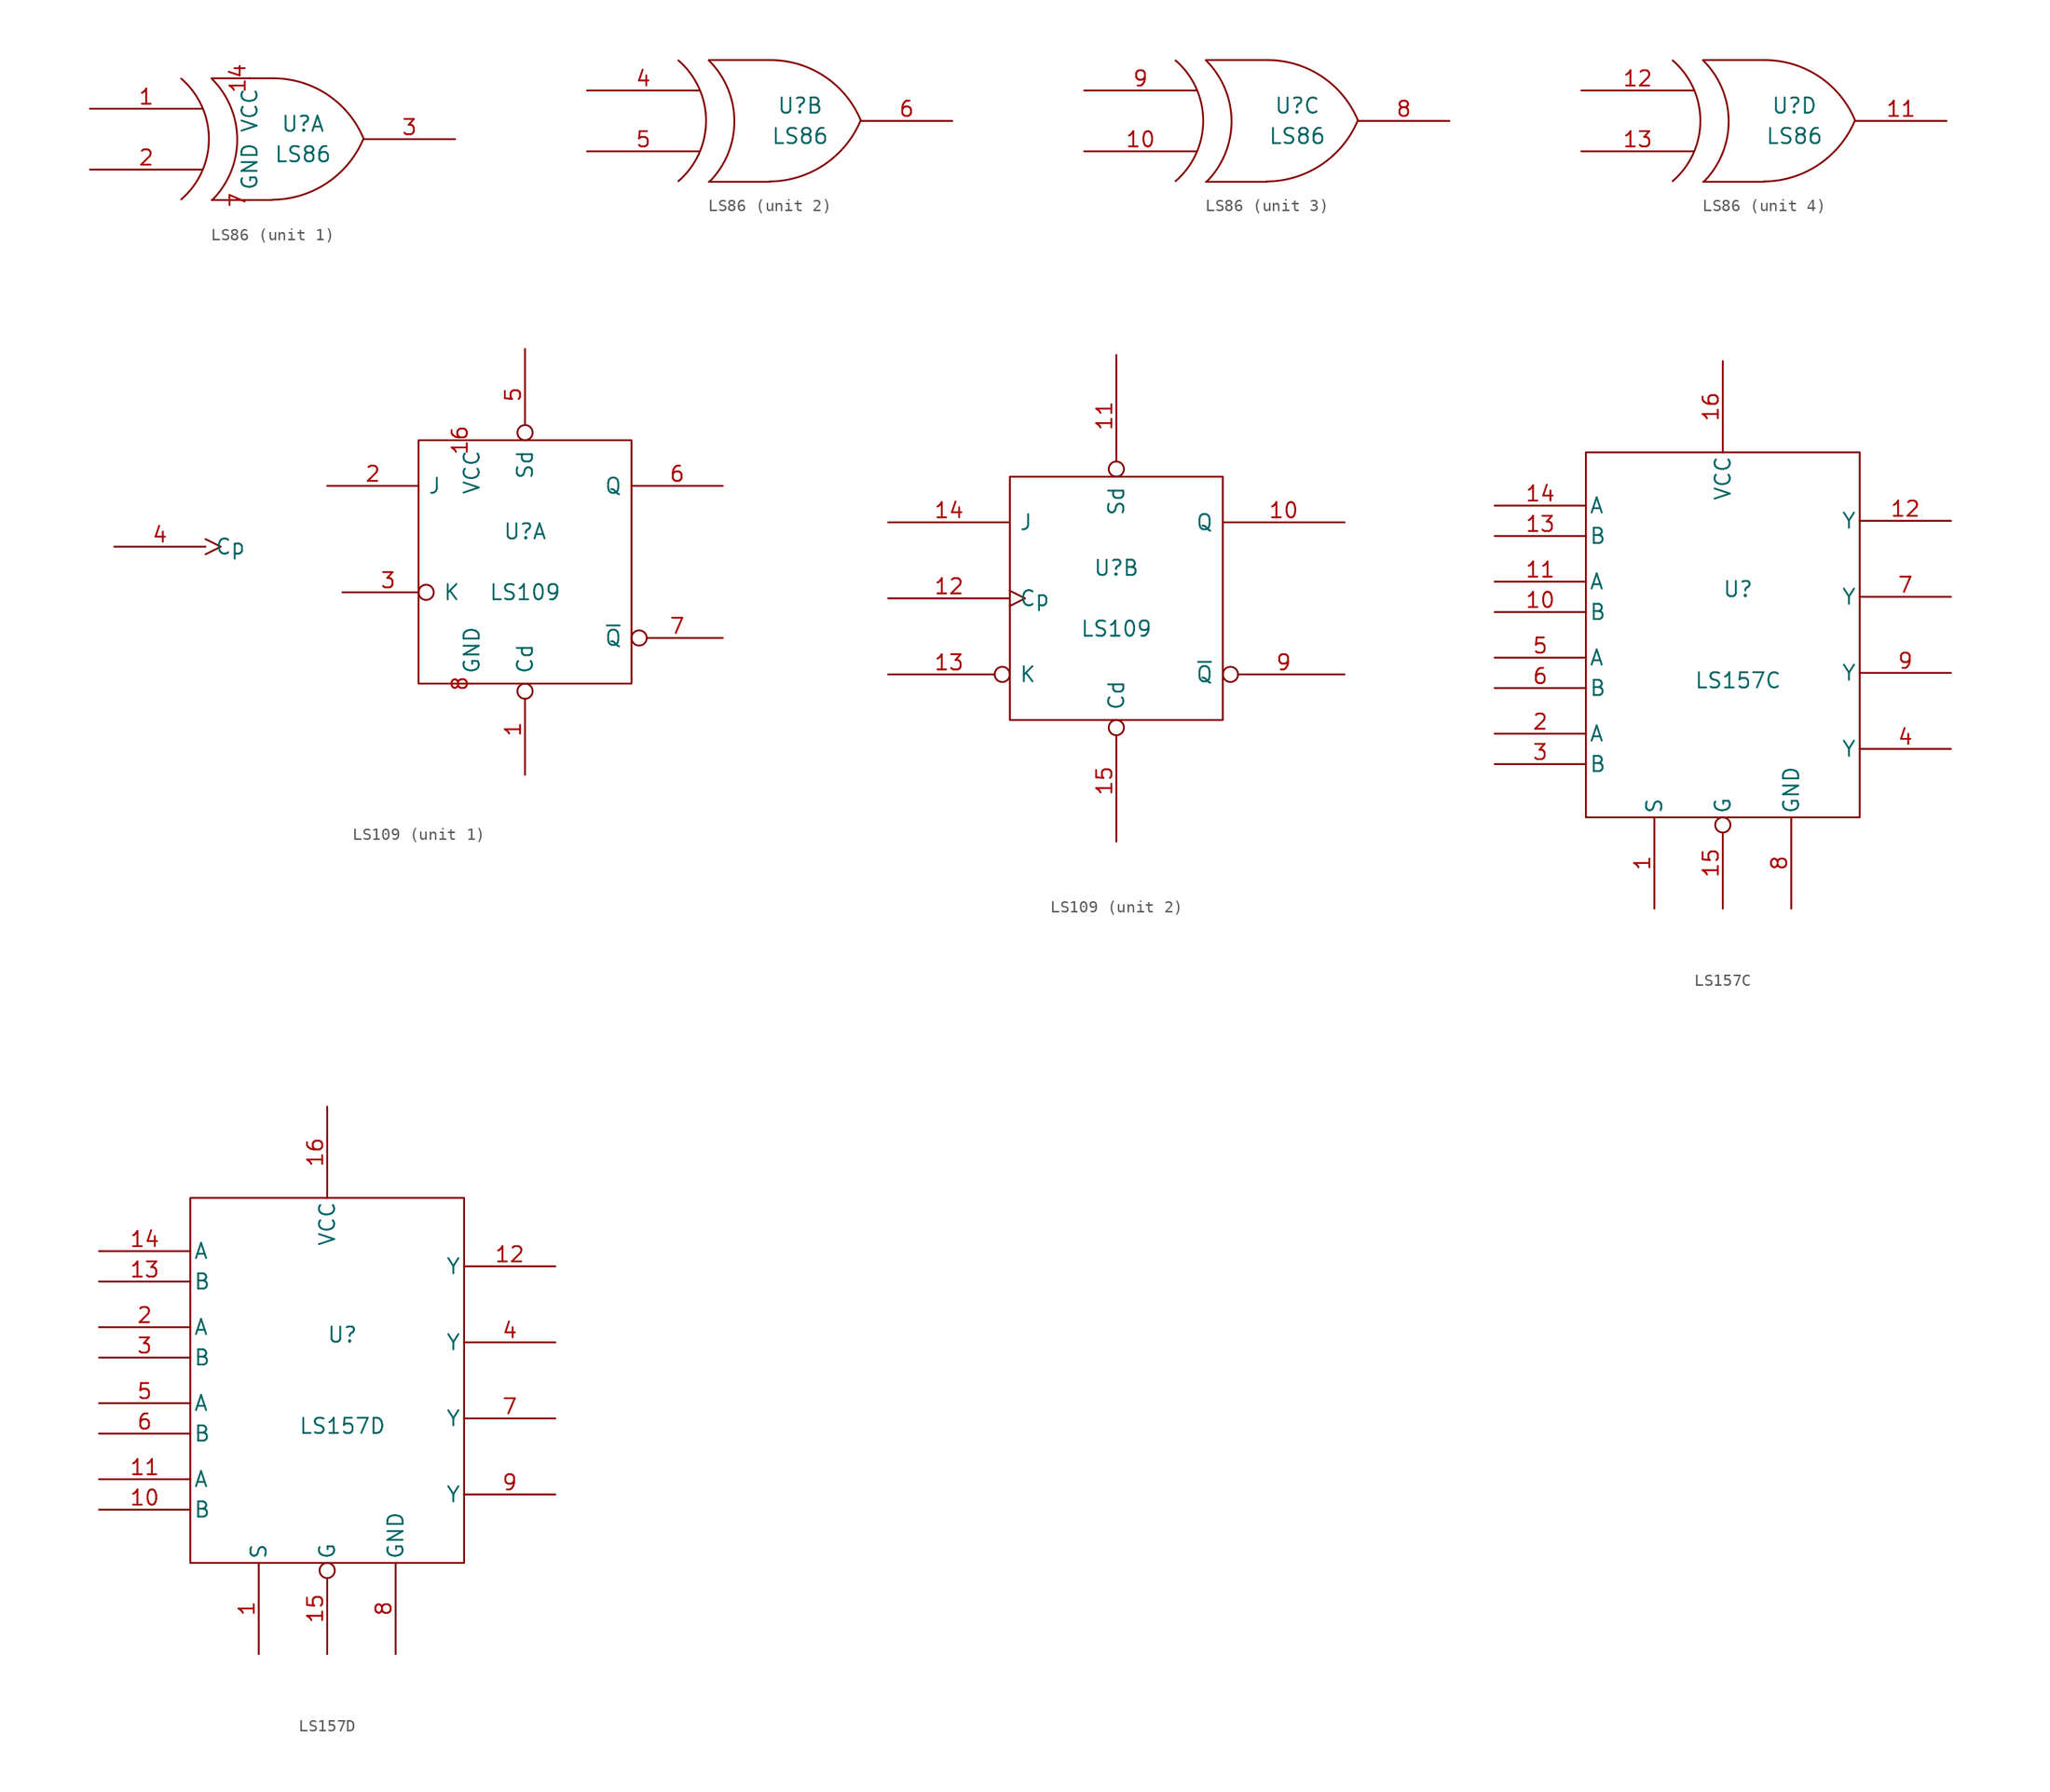
<source format=kicad_sym>
(kicad_symbol_lib
  (version 20211014)
  (generator kicad_symbol_editor)
  (symbol "LS86"
    (pin_names
      (offset 0.762))
    (property "Reference" "U"
      (at 2.54 1.27 0)
      (effects (font (size 1.27 1.27))))
    (property "Value" "LS86"
      (at 2.54 -1.27 0)
      (effects (font (size 1.27 1.27))))
    (symbol "LS86_0_1"
      (arc (start -7.62 -5.0292) (mid -5.3094 0.0127) (end -7.62 5.0546) (stroke (width 0) (type default) (color 0 0 0 0)) (fill (type none)))
      (arc (start -5.0292 -5.08) (mid -2.9462 -0.0021) (end -5.08 5.0546) (stroke (width 0) (type default) (color 0 0 0 0)) (fill (type none)))
      (arc (start 0 -5.0546) (mid 4.5649 -3.6437) (end 7.5946 0.0508) (stroke (width 0) (type default) (color 0 0 0 0)) (fill (type none)))
      (polyline (pts (xy -5.08 -5.08) (xy 0 -5.08)) (stroke (width 0) (type default) (color 0 0 0 0)) (fill (type none)))
      (polyline (pts (xy -5.08 5.08) (xy 0 5.08)) (stroke (width 0) (type default) (color 0 0 0 0)) (fill (type none)))
      (arc (start 7.62 0) (mid 4.6112 3.6959) (end 0.0508 5.08) (stroke (width 0) (type default) (color 0 0 0 0)) (fill (type none))))
    (symbol "LS86_1_1"
      (pin input line (at -15.24 2.54 0) (length 9.398) (name "~" (effects (font (size 1.27 1.27)))) (number "1" (effects (font (size 1.27 1.27)))))
      (pin power_in line (at -1.905 5.08 270) (length 0) (name "VCC" (effects (font (size 1.27 1.27)))) (number "14" (effects (font (size 1.27 1.27)))))
      (pin input line (at -15.24 -2.54 0) (length 9.398) (name "~" (effects (font (size 1.27 1.27)))) (number "2" (effects (font (size 1.27 1.27)))))
      (pin output line (at 15.24 0 180) (length 7.62) (name "~" (effects (font (size 1.27 1.27)))) (number "3" (effects (font (size 1.27 1.27)))))
      (pin power_in line (at -1.905 -5.08 90) (length 0) (name "GND" (effects (font (size 1.27 1.27)))) (number "7" (effects (font (size 1.27 1.27))))))
    (symbol "LS86_2_1"
      (pin input line (at -15.24 2.54 0) (length 9.398) (name "~" (effects (font (size 1.27 1.27)))) (number "4" (effects (font (size 1.27 1.27)))))
      (pin input line (at -15.24 -2.54 0) (length 9.398) (name "~" (effects (font (size 1.27 1.27)))) (number "5" (effects (font (size 1.27 1.27)))))
      (pin output line (at 15.24 0 180) (length 7.62) (name "~" (effects (font (size 1.27 1.27)))) (number "6" (effects (font (size 1.27 1.27))))))
    (symbol "LS86_3_1"
      (pin input line (at -15.24 -2.54 0) (length 9.398) (name "~" (effects (font (size 1.27 1.27)))) (number "10" (effects (font (size 1.27 1.27)))))
      (pin output line (at 15.24 0 180) (length 7.62) (name "~" (effects (font (size 1.27 1.27)))) (number "8" (effects (font (size 1.27 1.27)))))
      (pin input line (at -15.24 2.54 0) (length 9.398) (name "~" (effects (font (size 1.27 1.27)))) (number "9" (effects (font (size 1.27 1.27))))))
    (symbol "LS86_4_1"
      (pin output line (at 15.24 0 180) (length 7.62) (name "~" (effects (font (size 1.27 1.27)))) (number "11" (effects (font (size 1.27 1.27)))))
      (pin input line (at -15.24 2.54 0) (length 9.398) (name "~" (effects (font (size 1.27 1.27)))) (number "12" (effects (font (size 1.27 1.27)))))
      (pin input line (at -15.24 -2.54 0) (length 9.398) (name "~" (effects (font (size 1.27 1.27)))) (number "13" (effects (font (size 1.27 1.27)))))))
  (symbol "LS109"
    (pin_names
      (offset 0.762))
    (property "Reference" "U"
      (at 0 2.54 0)
      (effects (font (size 1.27 1.27))))
    (property "Value" "LS109"
      (at 0 -2.54 0)
      (effects (font (size 1.27 1.27))))
    (symbol "LS109_0_0"
      (rectangle (start -8.89 -10.16) (end 8.89 10.16) (stroke (width 0) (type default) (color 0 0 0 0)) (fill (type none))))
    (symbol "LS109_1_0"
      (pin power_in line (at -4.445 10.16 270) (length 0) (name "VCC" (effects (font (size 1.27 1.27)))) (number "16" (effects (font (size 1.27 1.27)))))
      (pin power_in line (at -4.445 -10.16 90) (length 0) (name "GND" (effects (font (size 1.27 1.27)))) (number "8" (effects (font (size 1.27 1.27))))))
    (symbol "LS109_1_1"
      (pin input inverted (at 0 -17.78 90) (length 7.62) (name "Cd" (effects (font (size 1.27 1.27)))) (number "1" (effects (font (size 1.27 1.27)))))
      (pin input line (at -16.51 6.35 0) (length 7.62) (name "J" (effects (font (size 1.27 1.27)))) (number "2" (effects (font (size 1.27 1.27)))))
      (pin input inverted (at -15.24 -2.54 0) (length 7.62) (name "K" (effects (font (size 1.27 1.27)))) (number "3" (effects (font (size 1.27 1.27)))))
      (pin input clock (at -34.29 1.27 0) (length 7.62) (name "Cp" (effects (font (size 1.27 1.27)))) (number "4" (effects (font (size 1.27 1.27)))))
      (pin input inverted (at 0 17.78 270) (length 7.62) (name "Sd" (effects (font (size 1.27 1.27)))) (number "5" (effects (font (size 1.27 1.27)))))
      (pin output line (at 16.51 6.35 180) (length 7.62) (name "Q" (effects (font (size 1.27 1.27)))) (number "6" (effects (font (size 1.27 1.27)))))
      (pin output inverted (at 16.51 -6.35 180) (length 7.62) (name "~{Q}" (effects (font (size 1.27 1.27)))) (number "7" (effects (font (size 1.27 1.27))))))
    (symbol "LS109_2_1"
      (pin output line (at 19.05 6.35 180) (length 10.16) (name "Q" (effects (font (size 1.27 1.27)))) (number "10" (effects (font (size 1.27 1.27)))))
      (pin input inverted (at 0 20.32 270) (length 10.16) (name "Sd" (effects (font (size 1.27 1.27)))) (number "11" (effects (font (size 1.27 1.27)))))
      (pin input clock (at -19.05 0 0) (length 10.16) (name "Cp" (effects (font (size 1.27 1.27)))) (number "12" (effects (font (size 1.27 1.27)))))
      (pin input inverted (at -19.05 -6.35 0) (length 10.16) (name "K" (effects (font (size 1.27 1.27)))) (number "13" (effects (font (size 1.27 1.27)))))
      (pin input line (at -19.05 6.35 0) (length 10.16) (name "J" (effects (font (size 1.27 1.27)))) (number "14" (effects (font (size 1.27 1.27)))))
      (pin input inverted (at 0 -20.32 90) (length 10.16) (name "Cd" (effects (font (size 1.27 1.27)))) (number "15" (effects (font (size 1.27 1.27)))))
      (pin output inverted (at 19.05 -6.35 180) (length 10.16) (name "~{Q}" (effects (font (size 1.27 1.27)))) (number "9" (effects (font (size 1.27 1.27)))))))
  (symbol "LS157C"
    (pin_names
      (offset 0.254))
    (property "Reference" "U"
      (at 1.27 3.81 0)
      (effects (font (size 1.27 1.27))))
    (property "Value" "LS157C"
      (at 1.27 -3.81 0)
      (effects (font (size 1.27 1.27))))
    (symbol "LS157C_0_0"
      (pin power_in line (at 5.715 -22.86 90) (length 7.62) (name "GND" (effects (font (size 1.27 1.27)))) (number "8" (effects (font (size 1.27 1.27))))))
    (symbol "LS157C_0_1"
      (rectangle (start -11.43 15.24) (end 11.43 -15.24) (stroke (width 0) (type default) (color 0 0 0 0)) (fill (type none))))
    (symbol "LS157C_1_0"
      (pin power_in line (at 0 22.86 270) (length 7.62) (name "VCC" (effects (font (size 1.27 1.27)))) (number "16" (effects (font (size 1.27 1.27))))))
    (symbol "LS157C_1_1"
      (pin input line (at -5.715 -22.86 90) (length 7.62) (name "S" (effects (font (size 1.27 1.27)))) (number "1" (effects (font (size 1.27 1.27)))))
      (pin input line (at -19.05 1.905 0) (length 7.62) (name "B" (effects (font (size 1.27 1.27)))) (number "10" (effects (font (size 1.27 1.27)))))
      (pin input line (at -19.05 4.445 0) (length 7.62) (name "A" (effects (font (size 1.27 1.27)))) (number "11" (effects (font (size 1.27 1.27)))))
      (pin output line (at 19.05 9.525 180) (length 7.62) (name "Y" (effects (font (size 1.27 1.27)))) (number "12" (effects (font (size 1.27 1.27)))))
      (pin input line (at -19.05 8.255 0) (length 7.62) (name "B" (effects (font (size 1.27 1.27)))) (number "13" (effects (font (size 1.27 1.27)))))
      (pin input line (at -19.05 10.795 0) (length 7.62) (name "A" (effects (font (size 1.27 1.27)))) (number "14" (effects (font (size 1.27 1.27)))))
      (pin input inverted (at 0 -22.86 90) (length 7.62) (name "G" (effects (font (size 1.27 1.27)))) (number "15" (effects (font (size 1.27 1.27)))))
      (pin input line (at -19.05 -8.255 0) (length 7.62) (name "A" (effects (font (size 1.27 1.27)))) (number "2" (effects (font (size 1.27 1.27)))))
      (pin input line (at -19.05 -10.795 0) (length 7.62) (name "B" (effects (font (size 1.27 1.27)))) (number "3" (effects (font (size 1.27 1.27)))))
      (pin output line (at 19.05 -9.525 180) (length 7.62) (name "Y" (effects (font (size 1.27 1.27)))) (number "4" (effects (font (size 1.27 1.27)))))
      (pin input line (at -19.05 -1.905 0) (length 7.62) (name "A" (effects (font (size 1.27 1.27)))) (number "5" (effects (font (size 1.27 1.27)))))
      (pin input line (at -19.05 -4.445 0) (length 7.62) (name "B" (effects (font (size 1.27 1.27)))) (number "6" (effects (font (size 1.27 1.27)))))
      (pin output line (at 19.05 3.175 180) (length 7.62) (name "Y" (effects (font (size 1.27 1.27)))) (number "7" (effects (font (size 1.27 1.27)))))
      (pin output line (at 19.05 -3.175 180) (length 7.62) (name "Y" (effects (font (size 1.27 1.27)))) (number "9" (effects (font (size 1.27 1.27)))))))
  (symbol "LS157D"
    (pin_names
      (offset 0.254))
    (property "Reference" "U"
      (at 1.27 3.81 0)
      (effects (font (size 1.27 1.27))))
    (property "Value" "LS157D"
      (at 1.27 -3.81 0)
      (effects (font (size 1.27 1.27))))
    (symbol "LS157D_0_0"
      (pin power_in line (at 5.715 -22.86 90) (length 7.62) (name "GND" (effects (font (size 1.27 1.27)))) (number "8" (effects (font (size 1.27 1.27))))))
    (symbol "LS157D_0_1"
      (rectangle (start -11.43 15.24) (end 11.43 -15.24) (stroke (width 0) (type default) (color 0 0 0 0)) (fill (type none))))
    (symbol "LS157D_1_0"
      (pin power_in line (at 0 22.86 270) (length 7.62) (name "VCC" (effects (font (size 1.27 1.27)))) (number "16" (effects (font (size 1.27 1.27))))))
    (symbol "LS157D_1_1"
      (pin input line (at -5.715 -22.86 90) (length 7.62) (name "S" (effects (font (size 1.27 1.27)))) (number "1" (effects (font (size 1.27 1.27)))))
      (pin input line (at -19.05 -10.795 0) (length 7.62) (name "B" (effects (font (size 1.27 1.27)))) (number "10" (effects (font (size 1.27 1.27)))))
      (pin input line (at -19.05 -8.255 0) (length 7.62) (name "A" (effects (font (size 1.27 1.27)))) (number "11" (effects (font (size 1.27 1.27)))))
      (pin output line (at 19.05 9.525 180) (length 7.62) (name "Y" (effects (font (size 1.27 1.27)))) (number "12" (effects (font (size 1.27 1.27)))))
      (pin input line (at -19.05 8.255 0) (length 7.62) (name "B" (effects (font (size 1.27 1.27)))) (number "13" (effects (font (size 1.27 1.27)))))
      (pin input line (at -19.05 10.795 0) (length 7.62) (name "A" (effects (font (size 1.27 1.27)))) (number "14" (effects (font (size 1.27 1.27)))))
      (pin input inverted (at 0 -22.86 90) (length 7.62) (name "G" (effects (font (size 1.27 1.27)))) (number "15" (effects (font (size 1.27 1.27)))))
      (pin input line (at -19.05 4.445 0) (length 7.62) (name "A" (effects (font (size 1.27 1.27)))) (number "2" (effects (font (size 1.27 1.27)))))
      (pin input line (at -19.05 1.905 0) (length 7.62) (name "B" (effects (font (size 1.27 1.27)))) (number "3" (effects (font (size 1.27 1.27)))))
      (pin output line (at 19.05 3.175 180) (length 7.62) (name "Y" (effects (font (size 1.27 1.27)))) (number "4" (effects (font (size 1.27 1.27)))))
      (pin input line (at -19.05 -1.905 0) (length 7.62) (name "A" (effects (font (size 1.27 1.27)))) (number "5" (effects (font (size 1.27 1.27)))))
      (pin input line (at -19.05 -4.445 0) (length 7.62) (name "B" (effects (font (size 1.27 1.27)))) (number "6" (effects (font (size 1.27 1.27)))))
      (pin output line (at 19.05 -3.175 180) (length 7.62) (name "Y" (effects (font (size 1.27 1.27)))) (number "7" (effects (font (size 1.27 1.27)))))
      (pin output line (at 19.05 -9.525 180) (length 7.62) (name "Y" (effects (font (size 1.27 1.27)))) (number "9" (effects (font (size 1.27 1.27))))))))
</source>
